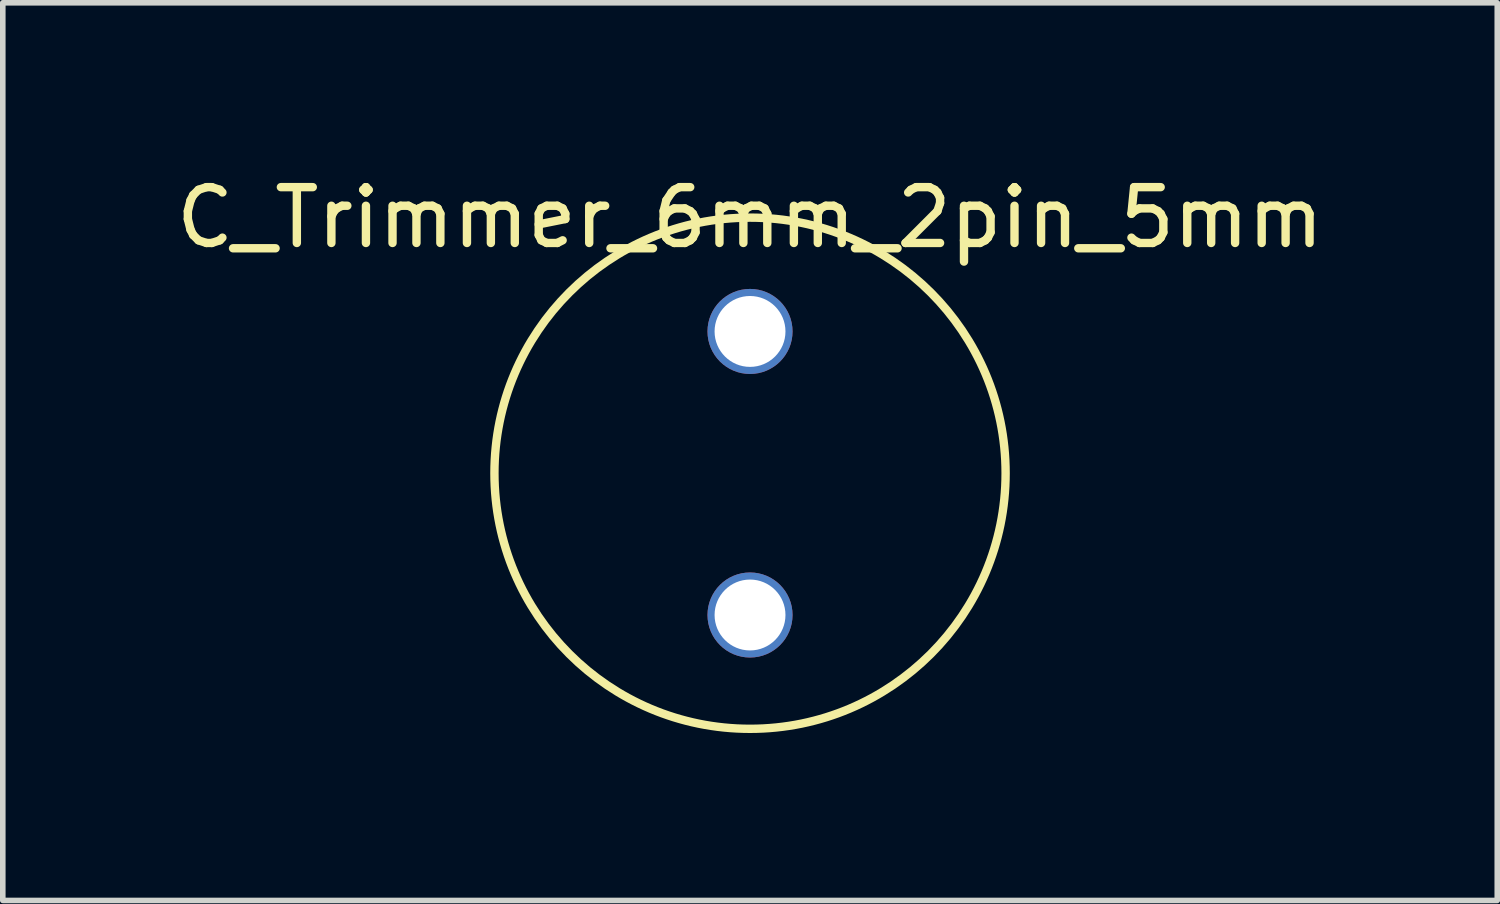
<source format=kicad_pcb>
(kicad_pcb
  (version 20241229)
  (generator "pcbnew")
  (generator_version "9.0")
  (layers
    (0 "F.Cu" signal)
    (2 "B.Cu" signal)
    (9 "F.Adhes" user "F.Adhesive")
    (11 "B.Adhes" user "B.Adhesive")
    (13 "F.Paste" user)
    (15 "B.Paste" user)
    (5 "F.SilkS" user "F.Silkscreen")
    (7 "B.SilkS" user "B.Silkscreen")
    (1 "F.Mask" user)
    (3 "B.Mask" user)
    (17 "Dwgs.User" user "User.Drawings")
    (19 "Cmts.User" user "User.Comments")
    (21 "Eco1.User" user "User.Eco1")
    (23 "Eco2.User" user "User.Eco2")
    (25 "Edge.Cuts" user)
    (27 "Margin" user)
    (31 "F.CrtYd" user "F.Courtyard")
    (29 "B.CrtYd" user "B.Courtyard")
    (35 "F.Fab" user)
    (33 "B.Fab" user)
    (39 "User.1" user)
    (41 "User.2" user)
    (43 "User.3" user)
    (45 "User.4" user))
  (footprint "C_Trimmer_6mm_2pin_5mm"
    (layer "F.Cu")
    (at 10.387 2.888)
    (property "Reference" "C_Trimmer_6mm_2pin_5mm" (at 0 -2.04 0) (layer "F.SilkS") (effects (font (size 1 1) (thickness 0.15))))
    (attr through_hole)
    (fp_circle (center 0 2.54) (end 3.81 5.08) (stroke (width 0.15) (type solid)) (fill no) (layer "F.SilkS"))
    (pad "1" thru_hole circle (at 0 0) (size 1.524 1.524) (drill 1.27) (layers "*.Cu" "*.Mask"))
    (pad "2" thru_hole circle (at 0 5.08) (size 1.524 1.524) (drill 1.27) (layers "*.Cu" "*.Mask")))
  (gr_rect
    (start -3 -3)
    (end 23.774 13.082)
    (stroke (width 0.1) (type default))
    (fill no)
    (layer "Edge.Cuts")))
</source>
